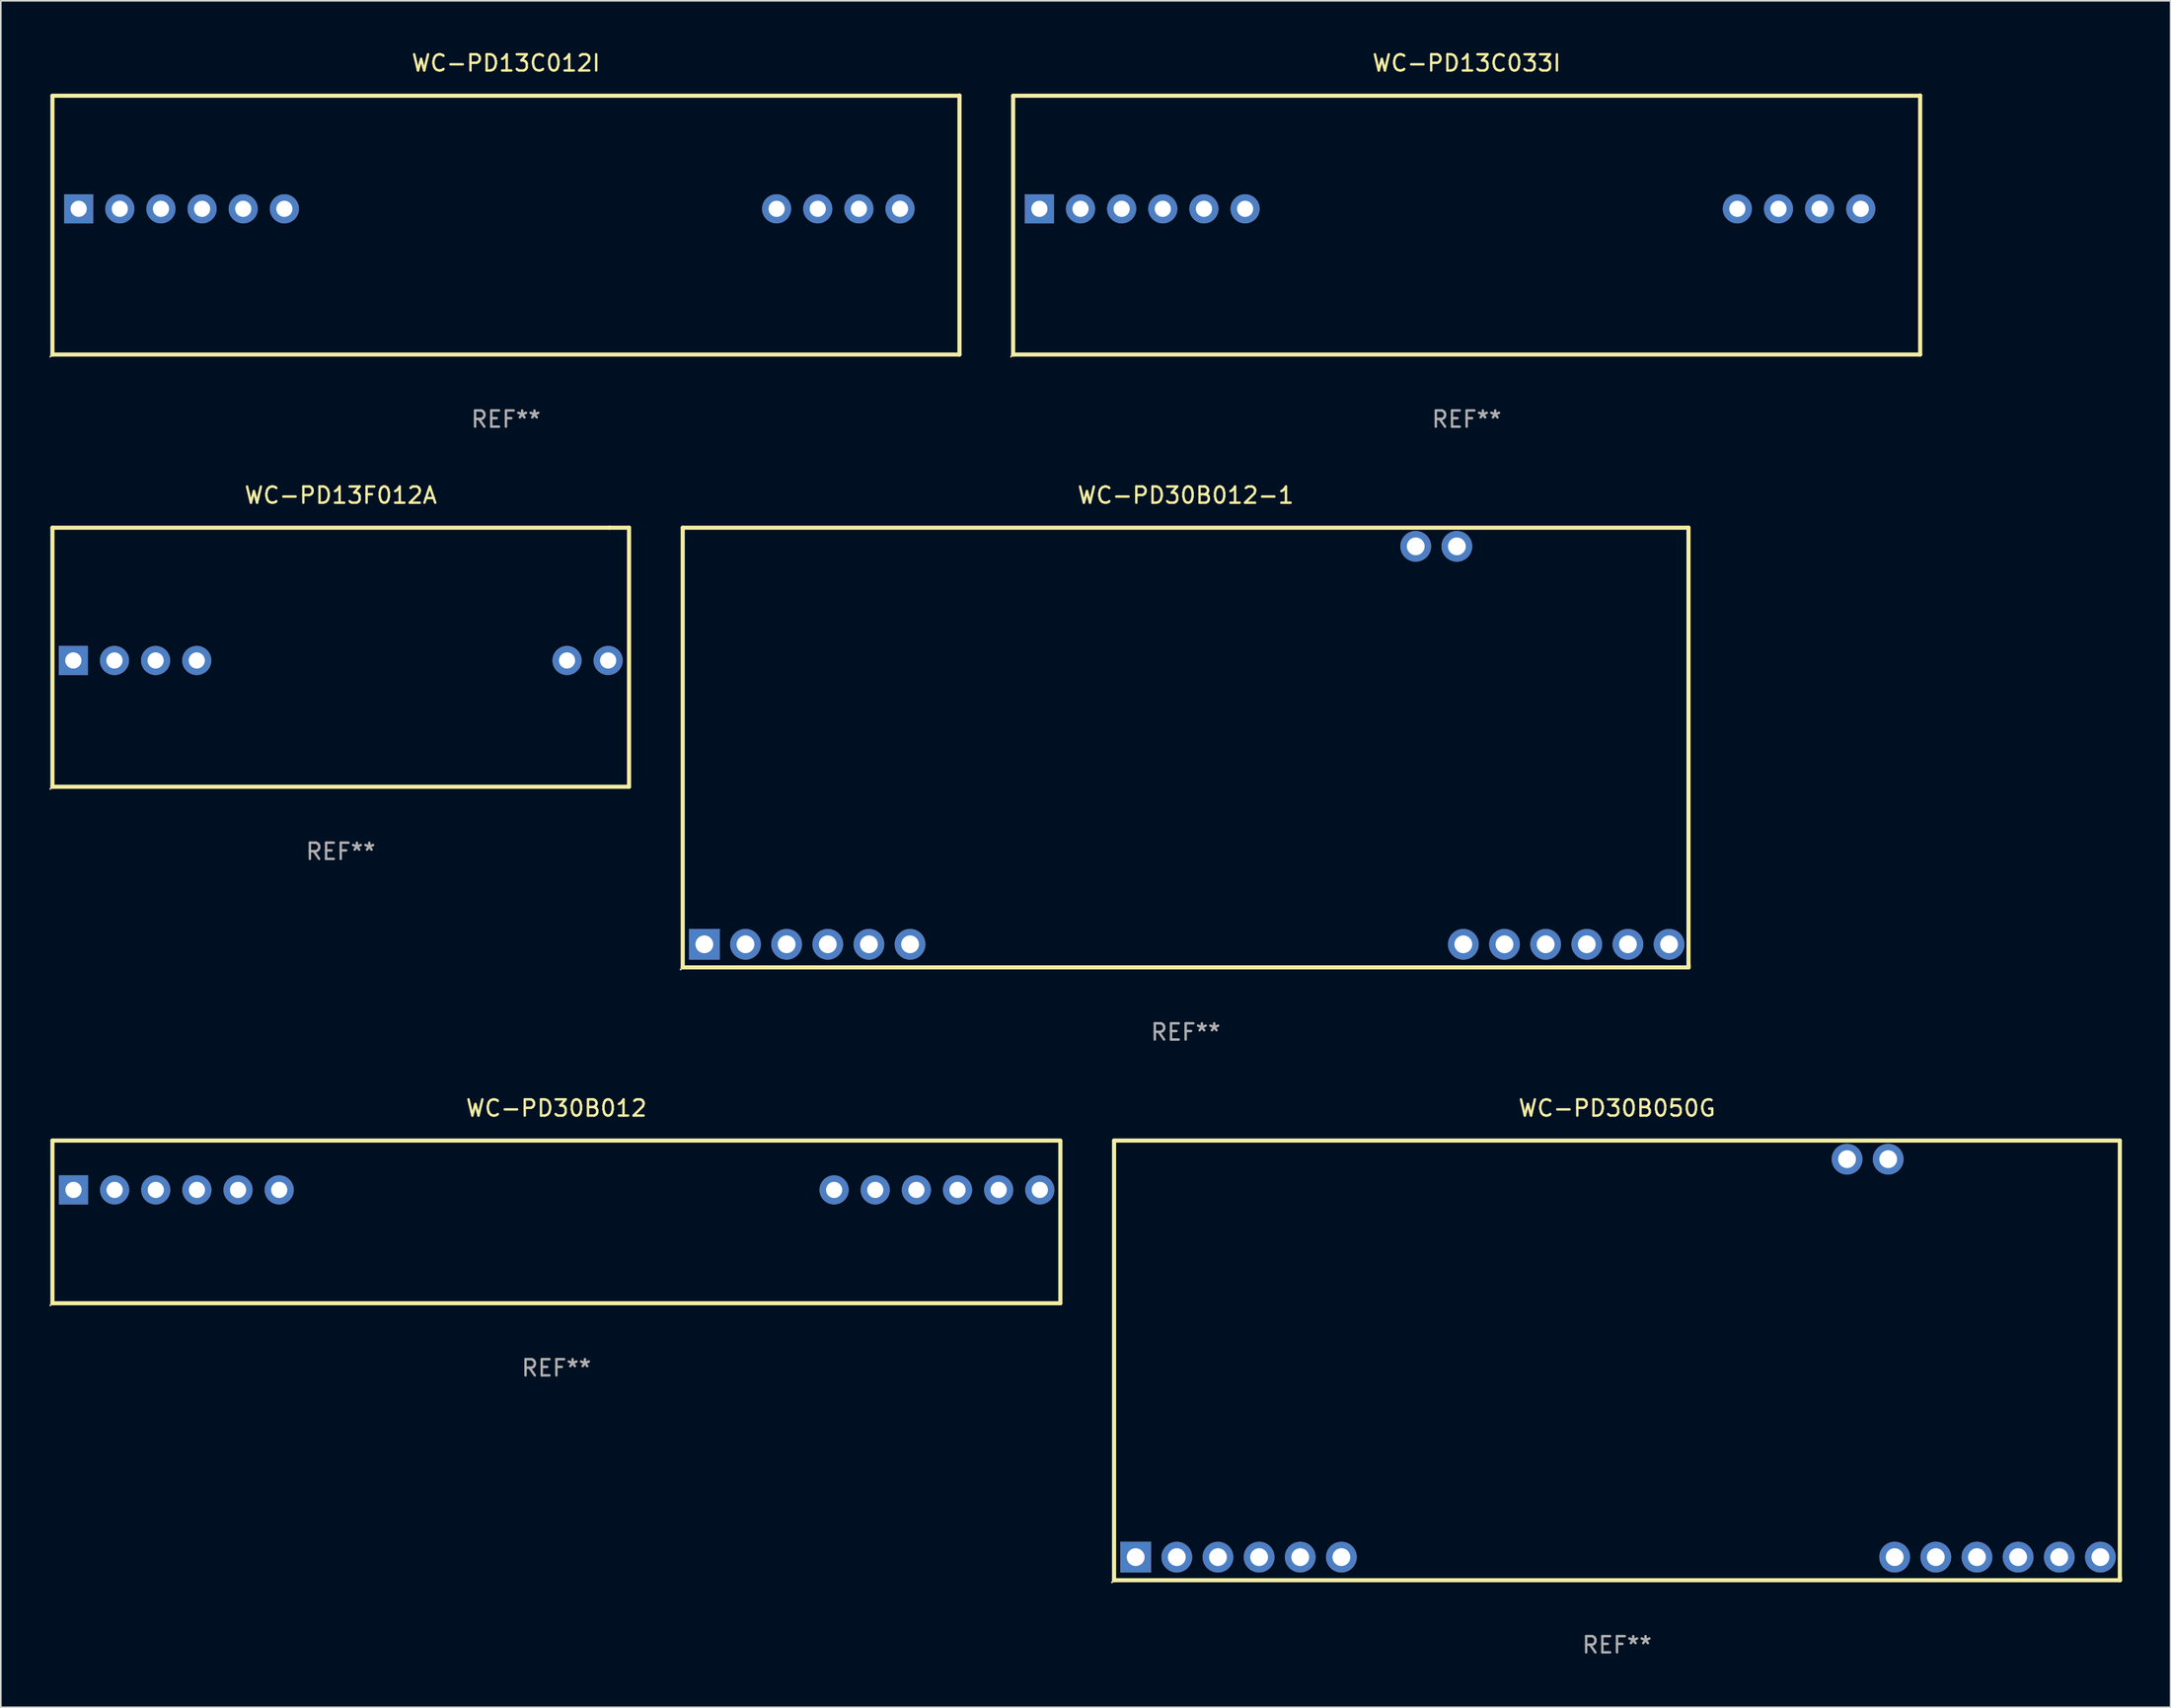
<source format=kicad_pcb>
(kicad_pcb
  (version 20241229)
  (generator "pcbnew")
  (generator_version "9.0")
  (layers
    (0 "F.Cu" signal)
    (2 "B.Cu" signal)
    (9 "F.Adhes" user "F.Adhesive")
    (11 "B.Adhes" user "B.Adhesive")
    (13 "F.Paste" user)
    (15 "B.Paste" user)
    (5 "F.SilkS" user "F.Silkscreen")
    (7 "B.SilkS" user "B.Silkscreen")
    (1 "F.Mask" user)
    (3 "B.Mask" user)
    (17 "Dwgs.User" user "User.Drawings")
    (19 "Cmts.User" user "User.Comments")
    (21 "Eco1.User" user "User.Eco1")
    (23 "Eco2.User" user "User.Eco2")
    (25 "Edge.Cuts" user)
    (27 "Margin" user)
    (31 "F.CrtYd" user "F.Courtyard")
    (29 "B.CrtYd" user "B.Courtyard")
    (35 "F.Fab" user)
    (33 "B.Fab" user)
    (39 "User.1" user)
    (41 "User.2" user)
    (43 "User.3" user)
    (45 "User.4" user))
  (footprint "WC-PD13F012A"
    (layer "F.Cu")
    (at 17.987 37.544)
    (property "Reference" "WC-PD13F012A" (at 0 -10 0) (layer "F.SilkS") (effects (font (size 1 1) (thickness 0.15))))
    (attr through_hole)
    (fp_line (start -17.8 -8) (end -17.8 8) (stroke (width 0.254) (type solid)) (layer "F.SilkS"))
    (fp_line (start 16.599 -8) (end -17.8 -8) (stroke (width 0.254) (type solid)) (layer "F.SilkS"))
    (fp_line (start 17.8 -8) (end 16.599 -8) (stroke (width 0.254) (type solid)) (layer "F.SilkS"))
    (fp_line (start 17.8 -8) (end 17.8 8) (stroke (width 0.254) (type solid)) (layer "F.SilkS"))
    (fp_line (start 17.8 8) (end -17.8 8) (stroke (width 0.254) (type solid)) (layer "F.SilkS"))
    (fp_circle (center -17.927 8.127) (end -17.897 8.127) (stroke (width 0.06) (type solid)) (fill no) (layer "F.SilkS"))
    (fp_text user "REF**" (at 0 12 0) (layer "F.Fab") (effects (font (size 1 1) (thickness 0.15))))
    (pad "1" thru_hole rect (at -16.51 0.2) (size 1.8 1.8) (drill 1) (layers "*.Cu" "*.Mask"))
    (pad "2" thru_hole circle (at -13.97 0.2) (size 1.8 1.8) (drill 1) (layers "*.Cu" "*.Mask"))
    (pad "3" thru_hole circle (at -11.43 0.2) (size 1.8 1.8) (drill 1) (layers "*.Cu" "*.Mask"))
    (pad "4" thru_hole circle (at -8.89 0.2) (size 1.8 1.8) (drill 1) (layers "*.Cu" "*.Mask"))
    (pad "5" thru_hole circle (at 13.97 0.2) (size 1.8 1.8) (drill 1) (layers "*.Cu" "*.Mask"))
    (pad "6" thru_hole circle (at 16.51 0.2) (size 1.8 1.8) (drill 1) (layers "*.Cu" "*.Mask")))
  (footprint "WC-PD30B012"
    (layer "F.Cu")
    (at 31.302 72.421)
    (property "Reference" "WC-PD30B012" (at 0 -7.024 0) (layer "F.SilkS") (effects (font (size 1 1) (thickness 0.15))))
    (attr through_hole)
    (fp_line (start -31.115 -5.024) (end 31.115 -5.024) (stroke (width 0.254) (type solid)) (layer "F.SilkS"))
    (fp_line (start -31.115 5.024) (end -31.115 -5.024) (stroke (width 0.254) (type solid)) (layer "F.SilkS"))
    (fp_line (start 31.115 -4.976) (end 31.115 5.024) (stroke (width 0.254) (type solid)) (layer "F.SilkS"))
    (fp_line (start 31.115 5.024) (end -31.115 5.024) (stroke (width 0.254) (type solid)) (layer "F.SilkS"))
    (fp_circle (center -31.242 5.151) (end -31.212 5.151) (stroke (width 0.06) (type solid)) (fill no) (layer "F.SilkS"))
    (fp_text user "REF**" (at 0 9.024 0) (layer "F.Fab") (effects (font (size 1 1) (thickness 0.15))))
    (pad "1" thru_hole rect (at -29.815 -1.976) (size 1.8 1.8) (drill 1) (layers "*.Cu" "*.Mask"))
    (pad "2" thru_hole circle (at -27.275 -1.976) (size 1.8 1.8) (drill 1) (layers "*.Cu" "*.Mask"))
    (pad "3" thru_hole circle (at -24.735 -1.976) (size 1.8 1.8) (drill 1) (layers "*.Cu" "*.Mask"))
    (pad "4" thru_hole circle (at -22.195 -1.976) (size 1.8 1.8) (drill 1) (layers "*.Cu" "*.Mask"))
    (pad "5" thru_hole circle (at -19.655 -1.976) (size 1.8 1.8) (drill 1) (layers "*.Cu" "*.Mask"))
    (pad "6" thru_hole circle (at -17.115 -1.976) (size 1.8 1.8) (drill 1) (layers "*.Cu" "*.Mask"))
    (pad "7" thru_hole circle (at 17.145 -1.976) (size 1.8 1.8) (drill 1) (layers "*.Cu" "*.Mask"))
    (pad "8" thru_hole circle (at 19.685 -1.976) (size 1.8 1.8) (drill 1) (layers "*.Cu" "*.Mask"))
    (pad "9" thru_hole circle (at 22.225 -1.976) (size 1.8 1.8) (drill 1) (layers "*.Cu" "*.Mask"))
    (pad "10" thru_hole circle (at 24.765 -1.976) (size 1.8 1.8) (drill 1) (layers "*.Cu" "*.Mask"))
    (pad "11" thru_hole circle (at 27.305 -1.976) (size 1.8 1.8) (drill 1) (layers "*.Cu" "*.Mask"))
    (pad "12" thru_hole circle (at 29.845 -1.976) (size 1.8 1.8) (drill 1) (layers "*.Cu" "*.Mask")))
  (footprint "WC-PD30B012-1"
    (layer "F.Cu")
    (at 70.153 43.123)
    (property "Reference" "WC-PD30B012-1" (at 0 -15.578 0) (layer "F.SilkS") (effects (font (size 1 1) (thickness 0.15))))
    (attr through_hole)
    (fp_line (start -31.052 -13.578) (end -31.052 13.578) (stroke (width 0.254) (type solid)) (layer "F.SilkS"))
    (fp_line (start -31.052 13.578) (end 31.052 13.578) (stroke (width 0.254) (type solid)) (layer "F.SilkS"))
    (fp_line (start 31.044 -13.578) (end -31.052 -13.578) (stroke (width 0.254) (type solid)) (layer "F.SilkS"))
    (fp_line (start 31.044 -13.578) (end 31.044 13.422) (stroke (width 0.254) (type solid)) (layer "F.SilkS"))
    (fp_line (start 31.052 13.578) (end 31.052 13.422) (stroke (width 0.254) (type solid)) (layer "F.SilkS"))
    (fp_circle (center -31.179 13.705) (end -31.149 13.705) (stroke (width 0.06) (type solid)) (fill no) (layer "F.SilkS"))
    (fp_text user "REF**" (at 0 17.578 0) (layer "F.Fab") (effects (font (size 1 1) (thickness 0.15))))
    (pad "1" thru_hole rect (at -29.717 12.152) (size 1.9 1.9) (drill 1.1) (layers "*.Cu" "*.Mask"))
    (pad "2" thru_hole circle (at -27.177 12.152) (size 1.9 1.9) (drill 1.1) (layers "*.Cu" "*.Mask"))
    (pad "3" thru_hole circle (at -24.637 12.152) (size 1.9 1.9) (drill 1.1) (layers "*.Cu" "*.Mask"))
    (pad "4" thru_hole circle (at -22.097 12.152) (size 1.9 1.9) (drill 1.1) (layers "*.Cu" "*.Mask"))
    (pad "5" thru_hole circle (at -19.557 12.152) (size 1.9 1.9) (drill 1.1) (layers "*.Cu" "*.Mask"))
    (pad "6" thru_hole circle (at -17.017 12.152) (size 1.9 1.9) (drill 1.1) (layers "*.Cu" "*.Mask"))
    (pad "7" thru_hole circle (at 17.143 12.152) (size 1.9 1.9) (drill 1.1) (layers "*.Cu" "*.Mask"))
    (pad "8" thru_hole circle (at 19.683 12.152) (size 1.9 1.9) (drill 1.1) (layers "*.Cu" "*.Mask"))
    (pad "9" thru_hole circle (at 22.223 12.152) (size 1.9 1.9) (drill 1.1) (layers "*.Cu" "*.Mask"))
    (pad "10" thru_hole circle (at 24.764 12.152) (size 1.9 1.9) (drill 1.1) (layers "*.Cu" "*.Mask"))
    (pad "11" thru_hole circle (at 27.304 12.152) (size 1.9 1.9) (drill 1.1) (layers "*.Cu" "*.Mask"))
    (pad "12" thru_hole circle (at 29.844 12.152) (size 1.9 1.9) (drill 1.1) (layers "*.Cu" "*.Mask"))
    (pad "13" thru_hole circle (at 16.743 -12.428) (size 1.9 1.9) (drill 1.1) (layers "*.Cu" "*.Mask"))
    (pad "14" thru_hole circle (at 14.203 -12.428) (size 1.9 1.9) (drill 1.1) (layers "*.Cu" "*.Mask")))
  (footprint "WC-PD13C012I"
    (layer "F.Cu")
    (at 28.187 10.848)
    (property "Reference" "WC-PD13C012I" (at 0 -10 0) (layer "F.SilkS") (effects (font (size 1 1) (thickness 0.15))))
    (attr through_hole)
    (fp_line (start -28 -7.985) (end 28 -7.985) (stroke (width 0.254) (type solid)) (layer "F.SilkS"))
    (fp_line (start -28 8) (end -28 -7.985) (stroke (width 0.254) (type solid)) (layer "F.SilkS"))
    (fp_line (start 28 -8) (end 28 8) (stroke (width 0.254) (type solid)) (layer "F.SilkS"))
    (fp_line (start 28 8) (end -28 8) (stroke (width 0.254) (type solid)) (layer "F.SilkS"))
    (fp_circle (center -28.127 8.127) (end -28.097 8.127) (stroke (width 0.06) (type solid)) (fill no) (layer "F.SilkS"))
    (fp_text user "REF**" (at 0 12 0) (layer "F.Fab") (effects (font (size 1 1) (thickness 0.15))))
    (pad "1" thru_hole rect (at -26.38 -1) (size 1.8 1.8) (drill 1) (layers "*.Cu" "*.Mask"))
    (pad "2" thru_hole circle (at -23.84 -1) (size 1.8 1.8) (drill 1) (layers "*.Cu" "*.Mask"))
    (pad "3" thru_hole circle (at -21.3 -1) (size 1.8 1.8) (drill 1) (layers "*.Cu" "*.Mask"))
    (pad "4" thru_hole circle (at -18.76 -1) (size 1.8 1.8) (drill 1) (layers "*.Cu" "*.Mask"))
    (pad "5" thru_hole circle (at -16.22 -1) (size 1.8 1.8) (drill 1) (layers "*.Cu" "*.Mask"))
    (pad "6" thru_hole circle (at -13.68 -1) (size 1.8 1.8) (drill 1) (layers "*.Cu" "*.Mask"))
    (pad "7" thru_hole circle (at 16.71 -1) (size 1.8 1.8) (drill 1) (layers "*.Cu" "*.Mask"))
    (pad "8" thru_hole circle (at 19.25 -1) (size 1.8 1.8) (drill 1) (layers "*.Cu" "*.Mask"))
    (pad "9" thru_hole circle (at 21.79 -1) (size 1.8 1.8) (drill 1) (layers "*.Cu" "*.Mask"))
    (pad "10" thru_hole circle (at 24.33 -1) (size 1.8 1.8) (drill 1) (layers "*.Cu" "*.Mask")))
  (footprint "WC-PD30B050G"
    (layer "F.Cu")
    (at 96.783 80.975)
    (property "Reference" "WC-PD30B050G" (at 0 -15.578 0) (layer "F.SilkS") (effects (font (size 1 1) (thickness 0.15))))
    (attr through_hole)
    (fp_line (start -31.052 -13.578) (end -31.052 13.578) (stroke (width 0.254) (type solid)) (layer "F.SilkS"))
    (fp_line (start -31.052 13.578) (end 31.052 13.578) (stroke (width 0.254) (type solid)) (layer "F.SilkS"))
    (fp_line (start 31.044 -13.578) (end -31.052 -13.578) (stroke (width 0.254) (type solid)) (layer "F.SilkS"))
    (fp_line (start 31.044 -13.578) (end 31.044 13.422) (stroke (width 0.254) (type solid)) (layer "F.SilkS"))
    (fp_line (start 31.052 13.578) (end 31.052 13.422) (stroke (width 0.254) (type solid)) (layer "F.SilkS"))
    (fp_circle (center -31.179 13.705) (end -31.149 13.705) (stroke (width 0.06) (type solid)) (fill no) (layer "F.SilkS"))
    (fp_text user "REF**" (at 0 17.578 0) (layer "F.Fab") (effects (font (size 1 1) (thickness 0.15))))
    (pad "1" thru_hole rect (at -29.717 12.152) (size 1.9 1.9) (drill 1.1) (layers "*.Cu" "*.Mask"))
    (pad "2" thru_hole circle (at -27.177 12.152) (size 1.9 1.9) (drill 1.1) (layers "*.Cu" "*.Mask"))
    (pad "3" thru_hole circle (at -24.637 12.152) (size 1.9 1.9) (drill 1.1) (layers "*.Cu" "*.Mask"))
    (pad "4" thru_hole circle (at -22.097 12.152) (size 1.9 1.9) (drill 1.1) (layers "*.Cu" "*.Mask"))
    (pad "5" thru_hole circle (at -19.557 12.152) (size 1.9 1.9) (drill 1.1) (layers "*.Cu" "*.Mask"))
    (pad "6" thru_hole circle (at -17.017 12.152) (size 1.9 1.9) (drill 1.1) (layers "*.Cu" "*.Mask"))
    (pad "7" thru_hole circle (at 17.143 12.152) (size 1.9 1.9) (drill 1.1) (layers "*.Cu" "*.Mask"))
    (pad "8" thru_hole circle (at 19.683 12.152) (size 1.9 1.9) (drill 1.1) (layers "*.Cu" "*.Mask"))
    (pad "9" thru_hole circle (at 22.223 12.152) (size 1.9 1.9) (drill 1.1) (layers "*.Cu" "*.Mask"))
    (pad "10" thru_hole circle (at 24.764 12.152) (size 1.9 1.9) (drill 1.1) (layers "*.Cu" "*.Mask"))
    (pad "11" thru_hole circle (at 27.304 12.152) (size 1.9 1.9) (drill 1.1) (layers "*.Cu" "*.Mask"))
    (pad "12" thru_hole circle (at 29.844 12.152) (size 1.9 1.9) (drill 1.1) (layers "*.Cu" "*.Mask"))
    (pad "13" thru_hole circle (at 16.743 -12.428) (size 1.9 1.9) (drill 1.1) (layers "*.Cu" "*.Mask"))
    (pad "14" thru_hole circle (at 14.203 -12.428) (size 1.9 1.9) (drill 1.1) (layers "*.Cu" "*.Mask")))
  (footprint "WC-PD13C033I"
    (layer "F.Cu")
    (at 87.501 10.848)
    (property "Reference" "WC-PD13C033I" (at 0 -10 0) (layer "F.SilkS") (effects (font (size 1 1) (thickness 0.15))))
    (attr through_hole)
    (fp_line (start -28 -7.985) (end 28 -7.985) (stroke (width 0.254) (type solid)) (layer "F.SilkS"))
    (fp_line (start -28 8) (end -28 -7.985) (stroke (width 0.254) (type solid)) (layer "F.SilkS"))
    (fp_line (start 28 -8) (end 28 8) (stroke (width 0.254) (type solid)) (layer "F.SilkS"))
    (fp_line (start 28 8) (end -28 8) (stroke (width 0.254) (type solid)) (layer "F.SilkS"))
    (fp_circle (center -28.127 8.127) (end -28.097 8.127) (stroke (width 0.06) (type solid)) (fill no) (layer "F.SilkS"))
    (fp_text user "REF**" (at 0 12 0) (layer "F.Fab") (effects (font (size 1 1) (thickness 0.15))))
    (pad "1" thru_hole rect (at -26.38 -1) (size 1.8 1.8) (drill 1) (layers "*.Cu" "*.Mask"))
    (pad "2" thru_hole circle (at -23.84 -1) (size 1.8 1.8) (drill 1) (layers "*.Cu" "*.Mask"))
    (pad "3" thru_hole circle (at -21.3 -1) (size 1.8 1.8) (drill 1) (layers "*.Cu" "*.Mask"))
    (pad "4" thru_hole circle (at -18.76 -1) (size 1.8 1.8) (drill 1) (layers "*.Cu" "*.Mask"))
    (pad "5" thru_hole circle (at -16.22 -1) (size 1.8 1.8) (drill 1) (layers "*.Cu" "*.Mask"))
    (pad "6" thru_hole circle (at -13.68 -1) (size 1.8 1.8) (drill 1) (layers "*.Cu" "*.Mask"))
    (pad "7" thru_hole circle (at 16.71 -1) (size 1.8 1.8) (drill 1) (layers "*.Cu" "*.Mask"))
    (pad "8" thru_hole circle (at 19.25 -1) (size 1.8 1.8) (drill 1) (layers "*.Cu" "*.Mask"))
    (pad "9" thru_hole circle (at 21.79 -1) (size 1.8 1.8) (drill 1) (layers "*.Cu" "*.Mask"))
    (pad "10" thru_hole circle (at 24.33 -1) (size 1.8 1.8) (drill 1) (layers "*.Cu" "*.Mask")))
  (gr_rect
    (start -3 -3)
    (end 130.961 102.402)
    (stroke (width 0.1) (type default))
    (fill no)
    (layer "Edge.Cuts")))
</source>
